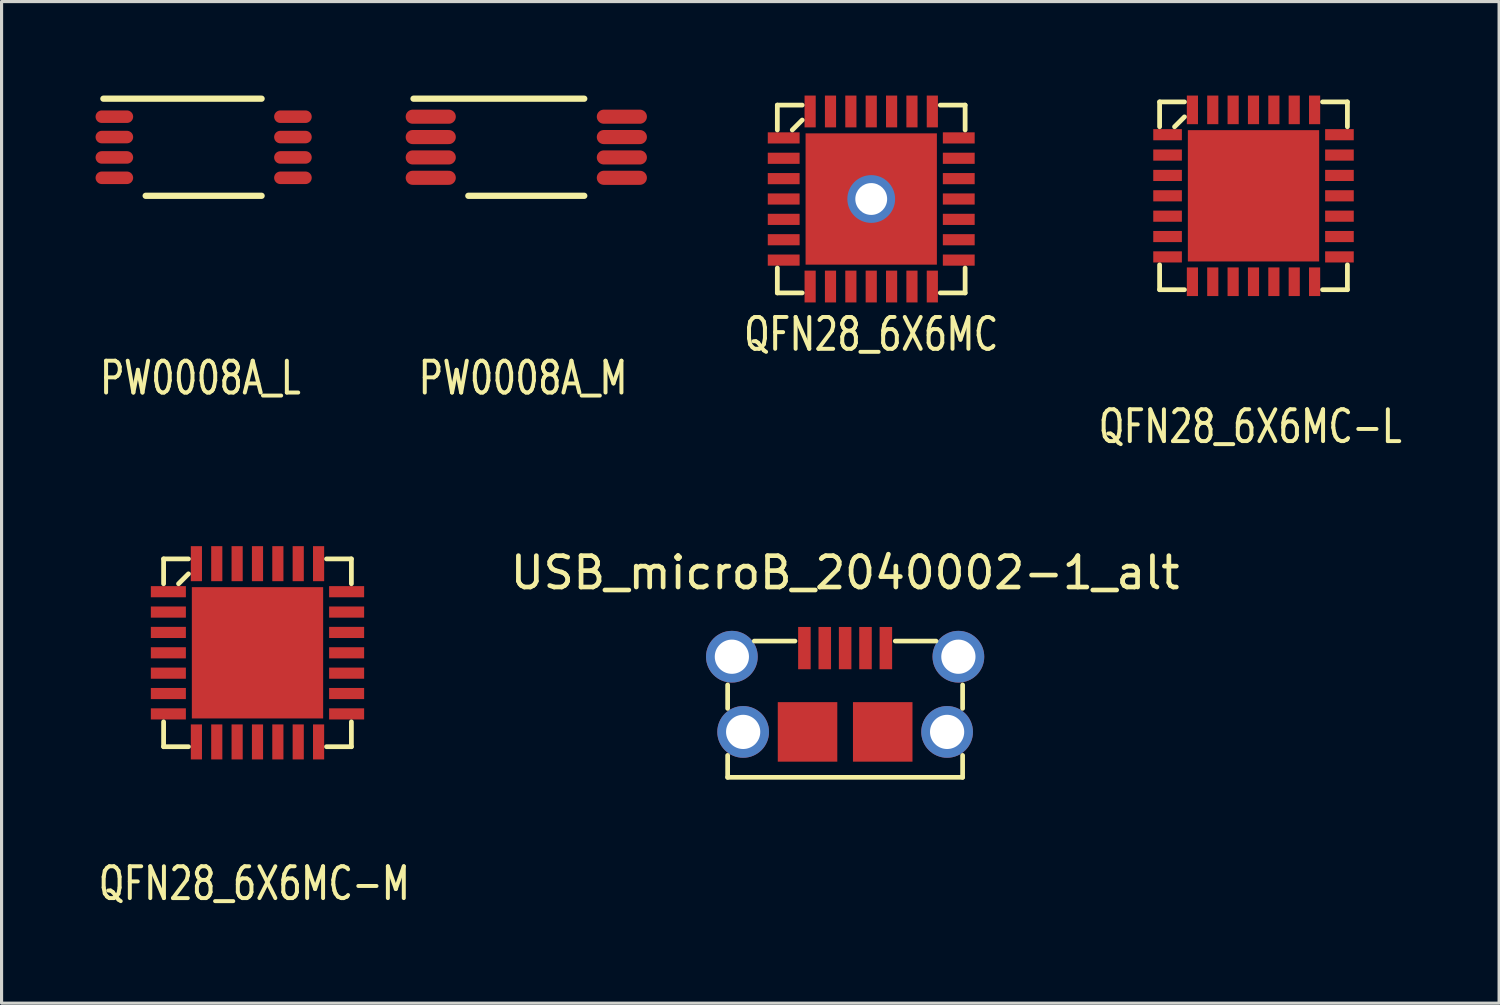
<source format=kicad_pcb>
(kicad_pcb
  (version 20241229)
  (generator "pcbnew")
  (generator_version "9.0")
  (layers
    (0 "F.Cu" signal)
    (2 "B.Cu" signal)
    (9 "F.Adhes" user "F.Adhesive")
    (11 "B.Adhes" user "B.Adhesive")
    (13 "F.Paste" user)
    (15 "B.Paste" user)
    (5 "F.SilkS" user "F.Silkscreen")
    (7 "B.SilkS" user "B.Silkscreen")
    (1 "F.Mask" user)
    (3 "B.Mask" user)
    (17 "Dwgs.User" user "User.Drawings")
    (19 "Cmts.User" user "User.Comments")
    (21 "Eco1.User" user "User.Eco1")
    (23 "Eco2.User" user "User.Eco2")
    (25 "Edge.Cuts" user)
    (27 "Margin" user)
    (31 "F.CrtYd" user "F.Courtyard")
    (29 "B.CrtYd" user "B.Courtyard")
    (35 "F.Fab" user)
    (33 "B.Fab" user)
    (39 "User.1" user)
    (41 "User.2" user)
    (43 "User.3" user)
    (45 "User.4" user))
  (footprint "PW0008A_M"
    (layer "F.Cu")
    (at 13.749 1.65)
    (property "Reference" "PW0008A_M" (at -0.102 7.366 0) (layer "F.SilkS") (effects (font (size 1.016 0.762) (thickness 0.127))))
    (attr through_hole)
    (fp_line (start -3.6 -1.55) (end 1.85 -1.55) (stroke (width 0.2) (type solid)) (layer "F.SilkS"))
    (fp_line (start -1.85 1.55) (end 1.85 1.55) (stroke (width 0.2) (type solid)) (layer "F.SilkS"))
    (pad "1" smd oval (at -3.05 -0.975) (size 1.6 0.45) (layers "F.Cu" "F.Mask" "F.Paste"))
    (pad "2" smd oval (at -3.05 -0.325) (size 1.6 0.45) (layers "F.Cu" "F.Mask" "F.Paste"))
    (pad "3" smd oval (at -3.05 0.325) (size 1.6 0.45) (layers "F.Cu" "F.Mask" "F.Paste"))
    (pad "4" smd oval (at -3.05 0.975) (size 1.6 0.45) (layers "F.Cu" "F.Mask" "F.Paste"))
    (pad "5" smd oval (at 3.05 0.975) (size 1.6 0.45) (layers "F.Cu" "F.Mask" "F.Paste"))
    (pad "6" smd oval (at 3.05 0.325) (size 1.6 0.45) (layers "F.Cu" "F.Mask" "F.Paste"))
    (pad "7" smd oval (at 3.05 -0.325) (size 1.6 0.45) (layers "F.Cu" "F.Mask" "F.Paste"))
    (pad "8" smd oval (at 3.05 -0.975) (size 1.6 0.45) (layers "F.Cu" "F.Mask" "F.Paste")))
  (footprint "USB_microB_2040002-1_alt"
    (layer "F.Cu")
    (at 23.926 20.312)
    (property "Reference" "USB_microB_2040002-1_alt" (at 0 -5.08 0) (layer "F.SilkS") (effects (font (size 1 1) (thickness 0.15))))
    (attr smd)
    (fp_line (start -3.75 -0.75) (end -3.75 -1.5) (stroke (width 0.15) (type solid)) (layer "F.SilkS"))
    (fp_line (start -3.75 1.45) (end -3.75 0.75) (stroke (width 0.15) (type solid)) (layer "F.SilkS"))
    (fp_line (start -2.9 -2.9) (end -1.6 -2.9) (stroke (width 0.15) (type solid)) (layer "F.SilkS"))
    (fp_line (start 1.6 -2.9) (end 2.9 -2.9) (stroke (width 0.15) (type solid)) (layer "F.SilkS"))
    (fp_line (start 3.75 -0.75) (end 3.75 -1.5) (stroke (width 0.15) (type solid)) (layer "F.SilkS"))
    (fp_line (start 3.75 1.45) (end -3.75 1.45) (stroke (width 0.15) (type solid)) (layer "F.SilkS"))
    (fp_line (start 3.75 1.45) (end 3.75 0.75) (stroke (width 0.15) (type solid)) (layer "F.SilkS"))
    (pad "1" smd rect (at -1.3 -2.675) (size 0.4 1.35) (layers "F.Cu" "F.Mask" "F.Paste"))
    (pad "2" smd rect (at -0.65 -2.675) (size 0.4 1.35) (layers "F.Cu" "F.Mask" "F.Paste"))
    (pad "3" smd rect (at 0 -2.675) (size 0.4 1.35) (layers "F.Cu" "F.Mask" "F.Paste"))
    (pad "4" smd rect (at 0.65 -2.675) (size 0.4 1.35) (layers "F.Cu" "F.Mask" "F.Paste"))
    (pad "5" smd rect (at 1.3 -2.675) (size 0.4 1.35) (layers "F.Cu" "F.Mask" "F.Paste"))
    (pad "6" thru_hole circle (at 3.615 -2.4) (size 1.651 1.651) (drill 1.092) (layers "*.Cu" "*.Mask"))
    (pad "7" thru_hole circle (at 3.255 0) (size 1.651 1.651) (drill 1.092) (layers "*.Cu" "*.Mask"))
    (pad "8" smd rect (at 1.2 0) (size 1.9 1.9) (layers "F.Cu" "F.Mask" "F.Paste"))
    (pad "9" smd rect (at -1.2 0) (size 1.9 1.9) (layers "F.Cu" "F.Mask" "F.Paste"))
    (pad "10" thru_hole circle (at -3.255 0) (size 1.651 1.651) (drill 1.092) (layers "*.Cu" "*.Mask"))
    (pad "11" thru_hole circle (at -3.615 -2.4) (size 1.651 1.651) (drill 1.092) (layers "*.Cu" "*.Mask")))
  (footprint "QFN28_6X6MC-M"
    (layer "F.Cu")
    (at 5.169 17.787)
    (property "Reference" "QFN28_6X6MC-M" (at -0.102 7.366 0) (layer "F.SilkS") (effects (font (size 1.016 0.762) (thickness 0.127))))
    (attr through_hole)
    (fp_line (start -2.997 -2.997) (end -2.997 -2.204) (stroke (width 0.152) (type solid)) (layer "F.SilkS"))
    (fp_line (start -2.997 2.204) (end -2.997 2.997) (stroke (width 0.152) (type solid)) (layer "F.SilkS"))
    (fp_line (start -2.997 2.997) (end -2.204 2.997) (stroke (width 0.152) (type solid)) (layer "F.SilkS"))
    (fp_line (start -2.52 -2.204) (end -2.204 -2.52) (stroke (width 0.152) (type solid)) (layer "F.SilkS"))
    (fp_line (start -2.204 -2.997) (end -2.997 -2.997) (stroke (width 0.152) (type solid)) (layer "F.SilkS"))
    (fp_line (start 2.204 2.997) (end 2.997 2.997) (stroke (width 0.152) (type solid)) (layer "F.SilkS"))
    (fp_line (start 2.997 -2.997) (end 2.204 -2.997) (stroke (width 0.152) (type solid)) (layer "F.SilkS"))
    (fp_line (start 2.997 -2.204) (end 2.997 -2.997) (stroke (width 0.152) (type solid)) (layer "F.SilkS"))
    (fp_line (start 2.997 2.997) (end 2.997 2.204) (stroke (width 0.152) (type solid)) (layer "F.SilkS"))
    (pad "1" smd rect (at -2.845 -1.95) (size 1.118 0.356) (layers "F.Cu" "F.Mask" "F.Paste"))
    (pad "2" smd rect (at -2.845 -1.3) (size 1.118 0.356) (layers "F.Cu" "F.Mask" "F.Paste"))
    (pad "3" smd rect (at -2.845 -0.65) (size 1.118 0.356) (layers "F.Cu" "F.Mask" "F.Paste"))
    (pad "4" smd rect (at -2.845 0) (size 1.118 0.356) (layers "F.Cu" "F.Mask" "F.Paste"))
    (pad "5" smd rect (at -2.845 0.65) (size 1.118 0.356) (layers "F.Cu" "F.Mask" "F.Paste"))
    (pad "6" smd rect (at -2.845 1.3) (size 1.118 0.356) (layers "F.Cu" "F.Mask" "F.Paste"))
    (pad "7" smd rect (at -2.845 1.95) (size 1.118 0.356) (layers "F.Cu" "F.Mask" "F.Paste"))
    (pad "8" smd rect (at -1.95 2.845 270) (size 1.118 0.356) (layers "F.Cu" "F.Mask" "F.Paste"))
    (pad "9" smd rect (at -1.3 2.845 270) (size 1.118 0.356) (layers "F.Cu" "F.Mask" "F.Paste"))
    (pad "10" smd rect (at -0.65 2.845 270) (size 1.118 0.356) (layers "F.Cu" "F.Mask" "F.Paste"))
    (pad "11" smd rect (at 0 2.845 270) (size 1.118 0.356) (layers "F.Cu" "F.Mask" "F.Paste"))
    (pad "12" smd rect (at 0.65 2.845 270) (size 1.118 0.356) (layers "F.Cu" "F.Mask" "F.Paste"))
    (pad "13" smd rect (at 1.3 2.845 270) (size 1.118 0.356) (layers "F.Cu" "F.Mask" "F.Paste"))
    (pad "14" smd rect (at 1.95 2.845 270) (size 1.118 0.356) (layers "F.Cu" "F.Mask" "F.Paste"))
    (pad "15" smd rect (at 2.845 1.95) (size 1.118 0.356) (layers "F.Cu" "F.Mask" "F.Paste"))
    (pad "16" smd rect (at 2.845 1.3) (size 1.118 0.356) (layers "F.Cu" "F.Mask" "F.Paste"))
    (pad "17" smd rect (at 2.845 0.65) (size 1.118 0.356) (layers "F.Cu" "F.Mask" "F.Paste"))
    (pad "18" smd rect (at 2.845 0) (size 1.118 0.356) (layers "F.Cu" "F.Mask" "F.Paste"))
    (pad "19" smd rect (at 2.845 -0.65) (size 1.118 0.356) (layers "F.Cu" "F.Mask" "F.Paste"))
    (pad "20" smd rect (at 2.845 -1.3) (size 1.118 0.356) (layers "F.Cu" "F.Mask" "F.Paste"))
    (pad "21" smd rect (at 2.845 -1.95) (size 1.118 0.356) (layers "F.Cu" "F.Mask" "F.Paste"))
    (pad "22" smd rect (at 1.95 -2.845 270) (size 1.118 0.356) (layers "F.Cu" "F.Mask" "F.Paste"))
    (pad "23" smd rect (at 1.3 -2.845 270) (size 1.118 0.356) (layers "F.Cu" "F.Mask" "F.Paste"))
    (pad "24" smd rect (at 0.65 -2.845 270) (size 1.118 0.356) (layers "F.Cu" "F.Mask" "F.Paste"))
    (pad "25" smd rect (at 0 -2.845 270) (size 1.118 0.356) (layers "F.Cu" "F.Mask" "F.Paste"))
    (pad "26" smd rect (at -0.65 -2.845 270) (size 1.118 0.356) (layers "F.Cu" "F.Mask" "F.Paste"))
    (pad "27" smd rect (at -1.3 -2.845 270) (size 1.118 0.356) (layers "F.Cu" "F.Mask" "F.Paste"))
    (pad "28" smd rect (at -1.95 -2.845 270) (size 1.118 0.356) (layers "F.Cu" "F.Mask" "F.Paste"))
    (pad "29" smd rect (at 0 0) (size 4.191 4.191) (layers "F.Cu" "F.Mask" "F.Paste")))
  (footprint "QFN28_6X6MC"
    (layer "F.Cu")
    (at 24.759 3.302)
    (property "Reference" "QFN28_6X6MC" (at 0 4.318 0) (layer "F.SilkS") (effects (font (size 1.016 0.762) (thickness 0.127))))
    (attr through_hole)
    (fp_line (start -2.997 -2.997) (end -2.997 -2.204) (stroke (width 0.152) (type solid)) (layer "F.SilkS"))
    (fp_line (start -2.997 2.204) (end -2.997 2.997) (stroke (width 0.152) (type solid)) (layer "F.SilkS"))
    (fp_line (start -2.997 2.997) (end -2.204 2.997) (stroke (width 0.152) (type solid)) (layer "F.SilkS"))
    (fp_line (start -2.52 -2.204) (end -2.204 -2.52) (stroke (width 0.152) (type solid)) (layer "F.SilkS"))
    (fp_line (start -2.204 -2.997) (end -2.997 -2.997) (stroke (width 0.152) (type solid)) (layer "F.SilkS"))
    (fp_line (start 2.204 2.997) (end 2.997 2.997) (stroke (width 0.152) (type solid)) (layer "F.SilkS"))
    (fp_line (start 2.997 -2.997) (end 2.204 -2.997) (stroke (width 0.152) (type solid)) (layer "F.SilkS"))
    (fp_line (start 2.997 -2.204) (end 2.997 -2.997) (stroke (width 0.152) (type solid)) (layer "F.SilkS"))
    (fp_line (start 2.997 2.997) (end 2.997 2.204) (stroke (width 0.152) (type solid)) (layer "F.SilkS"))
    (pad "1" smd rect (at -2.794 -1.95) (size 1.016 0.356) (layers "F.Cu" "F.Mask" "F.Paste"))
    (pad "2" smd rect (at -2.794 -1.3) (size 1.016 0.356) (layers "F.Cu" "F.Mask" "F.Paste"))
    (pad "3" smd rect (at -2.794 -0.65) (size 1.016 0.356) (layers "F.Cu" "F.Mask" "F.Paste"))
    (pad "4" smd rect (at -2.794 0) (size 1.016 0.356) (layers "F.Cu" "F.Mask" "F.Paste"))
    (pad "5" smd rect (at -2.794 0.65) (size 1.016 0.356) (layers "F.Cu" "F.Mask" "F.Paste"))
    (pad "6" smd rect (at -2.794 1.3) (size 1.016 0.356) (layers "F.Cu" "F.Mask" "F.Paste"))
    (pad "7" smd rect (at -2.794 1.95) (size 1.016 0.356) (layers "F.Cu" "F.Mask" "F.Paste"))
    (pad "8" smd rect (at -1.95 2.794 270) (size 1.016 0.356) (layers "F.Cu" "F.Mask" "F.Paste"))
    (pad "9" smd rect (at -1.3 2.794 270) (size 1.016 0.356) (layers "F.Cu" "F.Mask" "F.Paste"))
    (pad "10" smd rect (at -0.65 2.794 270) (size 1.016 0.356) (layers "F.Cu" "F.Mask" "F.Paste"))
    (pad "11" smd rect (at 0 2.794 270) (size 1.016 0.356) (layers "F.Cu" "F.Mask" "F.Paste"))
    (pad "12" smd rect (at 0.65 2.794 270) (size 1.016 0.356) (layers "F.Cu" "F.Mask" "F.Paste"))
    (pad "13" smd rect (at 1.3 2.794 270) (size 1.016 0.356) (layers "F.Cu" "F.Mask" "F.Paste"))
    (pad "14" smd rect (at 1.95 2.794 270) (size 1.016 0.356) (layers "F.Cu" "F.Mask" "F.Paste"))
    (pad "15" smd rect (at 2.794 1.95) (size 1.016 0.356) (layers "F.Cu" "F.Mask" "F.Paste"))
    (pad "16" smd rect (at 2.794 1.3) (size 1.016 0.356) (layers "F.Cu" "F.Mask" "F.Paste"))
    (pad "17" smd rect (at 2.794 0.65) (size 1.016 0.356) (layers "F.Cu" "F.Mask" "F.Paste"))
    (pad "18" smd rect (at 2.794 0) (size 1.016 0.356) (layers "F.Cu" "F.Mask" "F.Paste"))
    (pad "19" smd rect (at 2.794 -0.65) (size 1.016 0.356) (layers "F.Cu" "F.Mask" "F.Paste"))
    (pad "20" smd rect (at 2.794 -1.3) (size 1.016 0.356) (layers "F.Cu" "F.Mask" "F.Paste"))
    (pad "21" smd rect (at 2.794 -1.95) (size 1.016 0.356) (layers "F.Cu" "F.Mask" "F.Paste"))
    (pad "22" smd rect (at 1.95 -2.794 270) (size 1.016 0.356) (layers "F.Cu" "F.Mask" "F.Paste"))
    (pad "23" smd rect (at 1.3 -2.794 270) (size 1.016 0.356) (layers "F.Cu" "F.Mask" "F.Paste"))
    (pad "24" smd rect (at 0.65 -2.794 270) (size 1.016 0.356) (layers "F.Cu" "F.Mask" "F.Paste"))
    (pad "25" smd rect (at 0 -2.794 270) (size 1.016 0.356) (layers "F.Cu" "F.Mask" "F.Paste"))
    (pad "26" smd rect (at -0.65 -2.794 270) (size 1.016 0.356) (layers "F.Cu" "F.Mask" "F.Paste"))
    (pad "27" smd rect (at -1.3 -2.794 270) (size 1.016 0.356) (layers "F.Cu" "F.Mask" "F.Paste"))
    (pad "28" smd rect (at -1.95 -2.794 270) (size 1.016 0.356) (layers "F.Cu" "F.Mask" "F.Paste"))
    (pad "29" thru_hole circle (at 0 0) (size 1.524 1.524) (drill 1.016) (layers "*.Cu" "*.Mask"))
    (pad "29" smd rect (at 0 0) (size 4.191 4.191) (layers "F.Cu" "F.Mask" "F.Paste")))
  (footprint "PW0008A_L"
    (layer "F.Cu")
    (at 3.45 1.65)
    (property "Reference" "PW0008A_L" (at -0.102 7.366 0) (layer "F.SilkS") (effects (font (size 1.016 0.762) (thickness 0.127))))
    (attr through_hole)
    (fp_line (start -3.2 -1.55) (end 1.85 -1.55) (stroke (width 0.2) (type solid)) (layer "F.SilkS"))
    (fp_line (start -1.85 1.55) (end 1.85 1.55) (stroke (width 0.2) (type solid)) (layer "F.SilkS"))
    (pad "1" smd oval (at -2.85 -0.975) (size 1.2 0.4) (layers "F.Cu" "F.Mask" "F.Paste"))
    (pad "2" smd oval (at -2.85 -0.325) (size 1.2 0.4) (layers "F.Cu" "F.Mask" "F.Paste"))
    (pad "3" smd oval (at -2.85 0.325) (size 1.2 0.4) (layers "F.Cu" "F.Mask" "F.Paste"))
    (pad "4" smd oval (at -2.85 0.975) (size 1.2 0.4) (layers "F.Cu" "F.Mask" "F.Paste"))
    (pad "5" smd oval (at 2.85 0.975) (size 1.2 0.4) (layers "F.Cu" "F.Mask" "F.Paste"))
    (pad "6" smd oval (at 2.85 0.325) (size 1.2 0.4) (layers "F.Cu" "F.Mask" "F.Paste"))
    (pad "7" smd oval (at 2.85 -0.325) (size 1.2 0.4) (layers "F.Cu" "F.Mask" "F.Paste"))
    (pad "8" smd oval (at 2.85 -0.975) (size 1.2 0.4) (layers "F.Cu" "F.Mask" "F.Paste")))
  (footprint "QFN28_6X6MC-L"
    (layer "F.Cu")
    (at 36.961 3.2)
    (property "Reference" "QFN28_6X6MC-L" (at -0.102 7.366 0) (layer "F.SilkS") (effects (font (size 1.016 0.762) (thickness 0.127))))
    (attr through_hole)
    (fp_line (start -2.997 -2.997) (end -2.997 -2.204) (stroke (width 0.152) (type solid)) (layer "F.SilkS"))
    (fp_line (start -2.997 2.204) (end -2.997 2.997) (stroke (width 0.152) (type solid)) (layer "F.SilkS"))
    (fp_line (start -2.997 2.997) (end -2.204 2.997) (stroke (width 0.152) (type solid)) (layer "F.SilkS"))
    (fp_line (start -2.52 -2.204) (end -2.204 -2.52) (stroke (width 0.152) (type solid)) (layer "F.SilkS"))
    (fp_line (start -2.204 -2.997) (end -2.997 -2.997) (stroke (width 0.152) (type solid)) (layer "F.SilkS"))
    (fp_line (start 2.204 2.997) (end 2.997 2.997) (stroke (width 0.152) (type solid)) (layer "F.SilkS"))
    (fp_line (start 2.997 -2.997) (end 2.204 -2.997) (stroke (width 0.152) (type solid)) (layer "F.SilkS"))
    (fp_line (start 2.997 -2.204) (end 2.997 -2.997) (stroke (width 0.152) (type solid)) (layer "F.SilkS"))
    (fp_line (start 2.997 2.997) (end 2.997 2.204) (stroke (width 0.152) (type solid)) (layer "F.SilkS"))
    (pad "1" smd rect (at -2.743 -1.95) (size 0.914 0.356) (layers "F.Cu" "F.Mask" "F.Paste"))
    (pad "2" smd rect (at -2.743 -1.3) (size 0.914 0.356) (layers "F.Cu" "F.Mask" "F.Paste"))
    (pad "3" smd rect (at -2.743 -0.65) (size 0.914 0.356) (layers "F.Cu" "F.Mask" "F.Paste"))
    (pad "4" smd rect (at -2.743 0) (size 0.914 0.356) (layers "F.Cu" "F.Mask" "F.Paste"))
    (pad "5" smd rect (at -2.743 0.65) (size 0.914 0.356) (layers "F.Cu" "F.Mask" "F.Paste"))
    (pad "6" smd rect (at -2.743 1.3) (size 0.914 0.356) (layers "F.Cu" "F.Mask" "F.Paste"))
    (pad "7" smd rect (at -2.743 1.95) (size 0.914 0.356) (layers "F.Cu" "F.Mask" "F.Paste"))
    (pad "8" smd rect (at -1.95 2.743 270) (size 0.914 0.356) (layers "F.Cu" "F.Mask" "F.Paste"))
    (pad "9" smd rect (at -1.3 2.743 270) (size 0.914 0.356) (layers "F.Cu" "F.Mask" "F.Paste"))
    (pad "10" smd rect (at -0.65 2.743 270) (size 0.914 0.356) (layers "F.Cu" "F.Mask" "F.Paste"))
    (pad "11" smd rect (at 0 2.743 270) (size 0.914 0.356) (layers "F.Cu" "F.Mask" "F.Paste"))
    (pad "12" smd rect (at 0.65 2.743 270) (size 0.914 0.356) (layers "F.Cu" "F.Mask" "F.Paste"))
    (pad "13" smd rect (at 1.3 2.743 270) (size 0.914 0.356) (layers "F.Cu" "F.Mask" "F.Paste"))
    (pad "14" smd rect (at 1.95 2.743 270) (size 0.914 0.356) (layers "F.Cu" "F.Mask" "F.Paste"))
    (pad "15" smd rect (at 2.743 1.95) (size 0.914 0.356) (layers "F.Cu" "F.Mask" "F.Paste"))
    (pad "16" smd rect (at 2.743 1.3) (size 0.914 0.356) (layers "F.Cu" "F.Mask" "F.Paste"))
    (pad "17" smd rect (at 2.743 0.65) (size 0.914 0.356) (layers "F.Cu" "F.Mask" "F.Paste"))
    (pad "18" smd rect (at 2.743 0) (size 0.914 0.356) (layers "F.Cu" "F.Mask" "F.Paste"))
    (pad "19" smd rect (at 2.743 -0.65) (size 0.914 0.356) (layers "F.Cu" "F.Mask" "F.Paste"))
    (pad "20" smd rect (at 2.743 -1.3) (size 0.914 0.356) (layers "F.Cu" "F.Mask" "F.Paste"))
    (pad "21" smd rect (at 2.743 -1.95) (size 0.914 0.356) (layers "F.Cu" "F.Mask" "F.Paste"))
    (pad "22" smd rect (at 1.95 -2.743 270) (size 0.914 0.356) (layers "F.Cu" "F.Mask" "F.Paste"))
    (pad "23" smd rect (at 1.3 -2.743 270) (size 0.914 0.356) (layers "F.Cu" "F.Mask" "F.Paste"))
    (pad "24" smd rect (at 0.65 -2.743 270) (size 0.914 0.356) (layers "F.Cu" "F.Mask" "F.Paste"))
    (pad "25" smd rect (at 0 -2.743 270) (size 0.914 0.356) (layers "F.Cu" "F.Mask" "F.Paste"))
    (pad "26" smd rect (at -0.65 -2.743 270) (size 0.914 0.356) (layers "F.Cu" "F.Mask" "F.Paste"))
    (pad "27" smd rect (at -1.3 -2.743 270) (size 0.914 0.356) (layers "F.Cu" "F.Mask" "F.Paste"))
    (pad "28" smd rect (at -1.95 -2.743 270) (size 0.914 0.356) (layers "F.Cu" "F.Mask" "F.Paste"))
    (pad "29" smd rect (at 0 0) (size 4.191 4.191) (layers "F.Cu" "F.Mask" "F.Paste")))
  (gr_rect
    (start -3 -3)
    (end 44.8 28.97)
    (stroke (width 0.1) (type default))
    (fill no)
    (layer "Edge.Cuts")))
</source>
